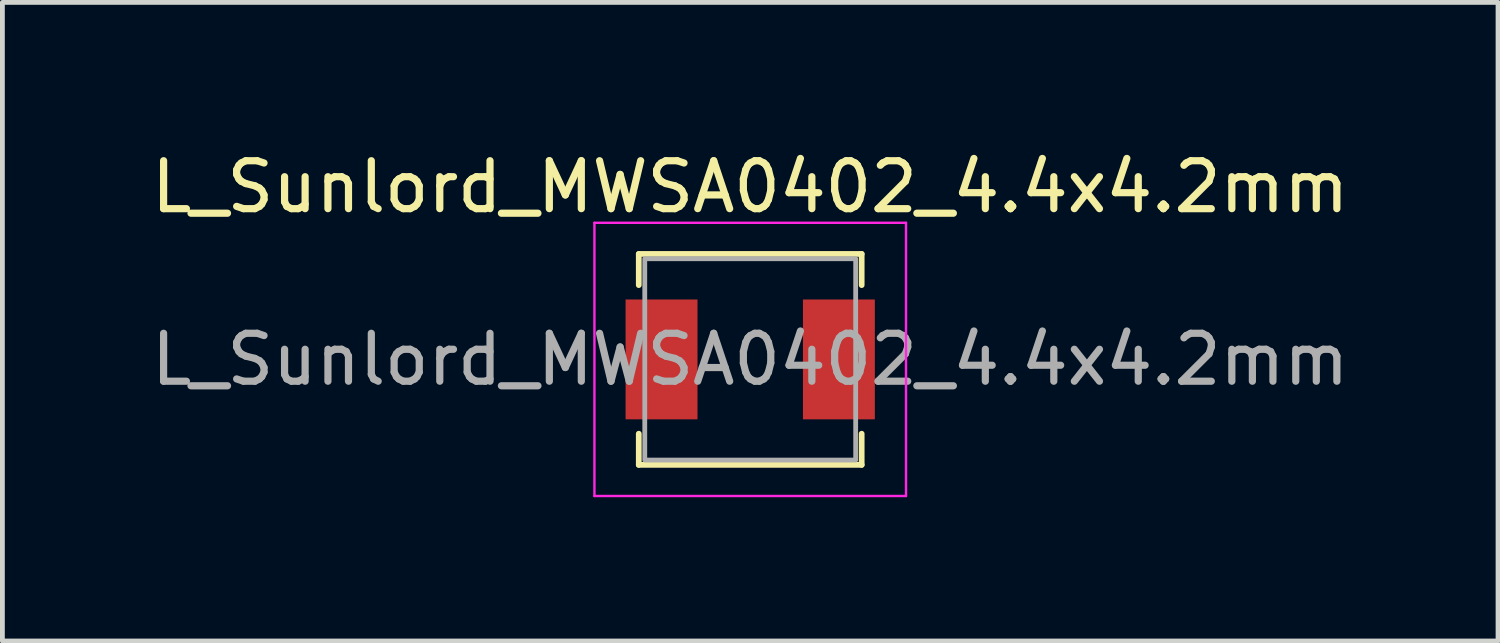
<source format=kicad_pcb>
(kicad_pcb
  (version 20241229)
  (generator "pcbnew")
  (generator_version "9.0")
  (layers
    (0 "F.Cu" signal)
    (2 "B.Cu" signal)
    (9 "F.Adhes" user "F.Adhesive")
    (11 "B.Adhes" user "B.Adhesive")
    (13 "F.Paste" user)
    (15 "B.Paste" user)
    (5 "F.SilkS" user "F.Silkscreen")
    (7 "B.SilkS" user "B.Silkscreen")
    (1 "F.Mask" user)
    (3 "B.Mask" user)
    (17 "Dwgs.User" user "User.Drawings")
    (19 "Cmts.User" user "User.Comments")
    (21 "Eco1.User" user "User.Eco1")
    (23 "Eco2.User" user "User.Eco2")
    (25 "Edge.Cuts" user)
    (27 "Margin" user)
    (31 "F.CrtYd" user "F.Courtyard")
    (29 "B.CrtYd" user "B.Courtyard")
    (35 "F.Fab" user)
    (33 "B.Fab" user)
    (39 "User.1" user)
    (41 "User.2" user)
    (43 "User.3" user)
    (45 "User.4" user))
  (footprint "L_Sunlord_MWSA0402_4.4x4.2mm"
    (layer "F.Cu")
    (at 12.601 4.448)
    (property "Reference" "L_Sunlord_MWSA0402_4.4x4.2mm" (at 0 -3.6 0) (layer "F.SilkS") (effects (font (size 1 1) (thickness 0.15))))
    (attr smd)
    (fp_line (start -2.325 -2.2) (end -2.325 -1.55) (stroke (width 0.12) (type solid)) (layer "F.SilkS"))
    (fp_line (start -2.325 -2.2) (end 2.325 -2.2) (stroke (width 0.12) (type solid)) (layer "F.SilkS"))
    (fp_line (start -2.325 2.2) (end -2.325 1.55) (stroke (width 0.12) (type solid)) (layer "F.SilkS"))
    (fp_line (start -2.325 2.2) (end 2.325 2.2) (stroke (width 0.12) (type solid)) (layer "F.SilkS"))
    (fp_line (start 2.325 -2.2) (end 2.325 -1.55) (stroke (width 0.12) (type solid)) (layer "F.SilkS"))
    (fp_line (start 2.325 2.2) (end 2.325 1.55) (stroke (width 0.12) (type solid)) (layer "F.SilkS"))
    (fp_line (start -3.25 -2.85) (end 3.25 -2.85) (stroke (width 0.05) (type solid)) (layer "F.CrtYd"))
    (fp_line (start -3.25 2.85) (end -3.25 -2.85) (stroke (width 0.05) (type solid)) (layer "F.CrtYd"))
    (fp_line (start 3.25 -2.85) (end 3.25 2.85) (stroke (width 0.05) (type solid)) (layer "F.CrtYd"))
    (fp_line (start 3.25 2.85) (end -3.25 2.85) (stroke (width 0.05) (type solid)) (layer "F.CrtYd"))
    (fp_rect (start -2.2 -2.1) (end 2.2 2.1) (stroke (width 0.1) (type solid)) (fill no) (layer "F.Fab"))
    (fp_text user "${REFERENCE}" (at 0 0 0) (layer "F.Fab") (effects (font (size 1 1) (thickness 0.15))))
    (pad "1" smd rect (at -1.85 0) (size 1.5 2.5) (layers "F.Cu" "F.Mask" "F.Paste"))
    (pad "2" smd rect (at 1.85 0) (size 1.5 2.5) (layers "F.Cu" "F.Mask" "F.Paste")))
  (gr_rect
    (start -3 -3)
    (end 28.202 10.323)
    (stroke (width 0.1) (type default))
    (fill no)
    (layer "Edge.Cuts")))
</source>
